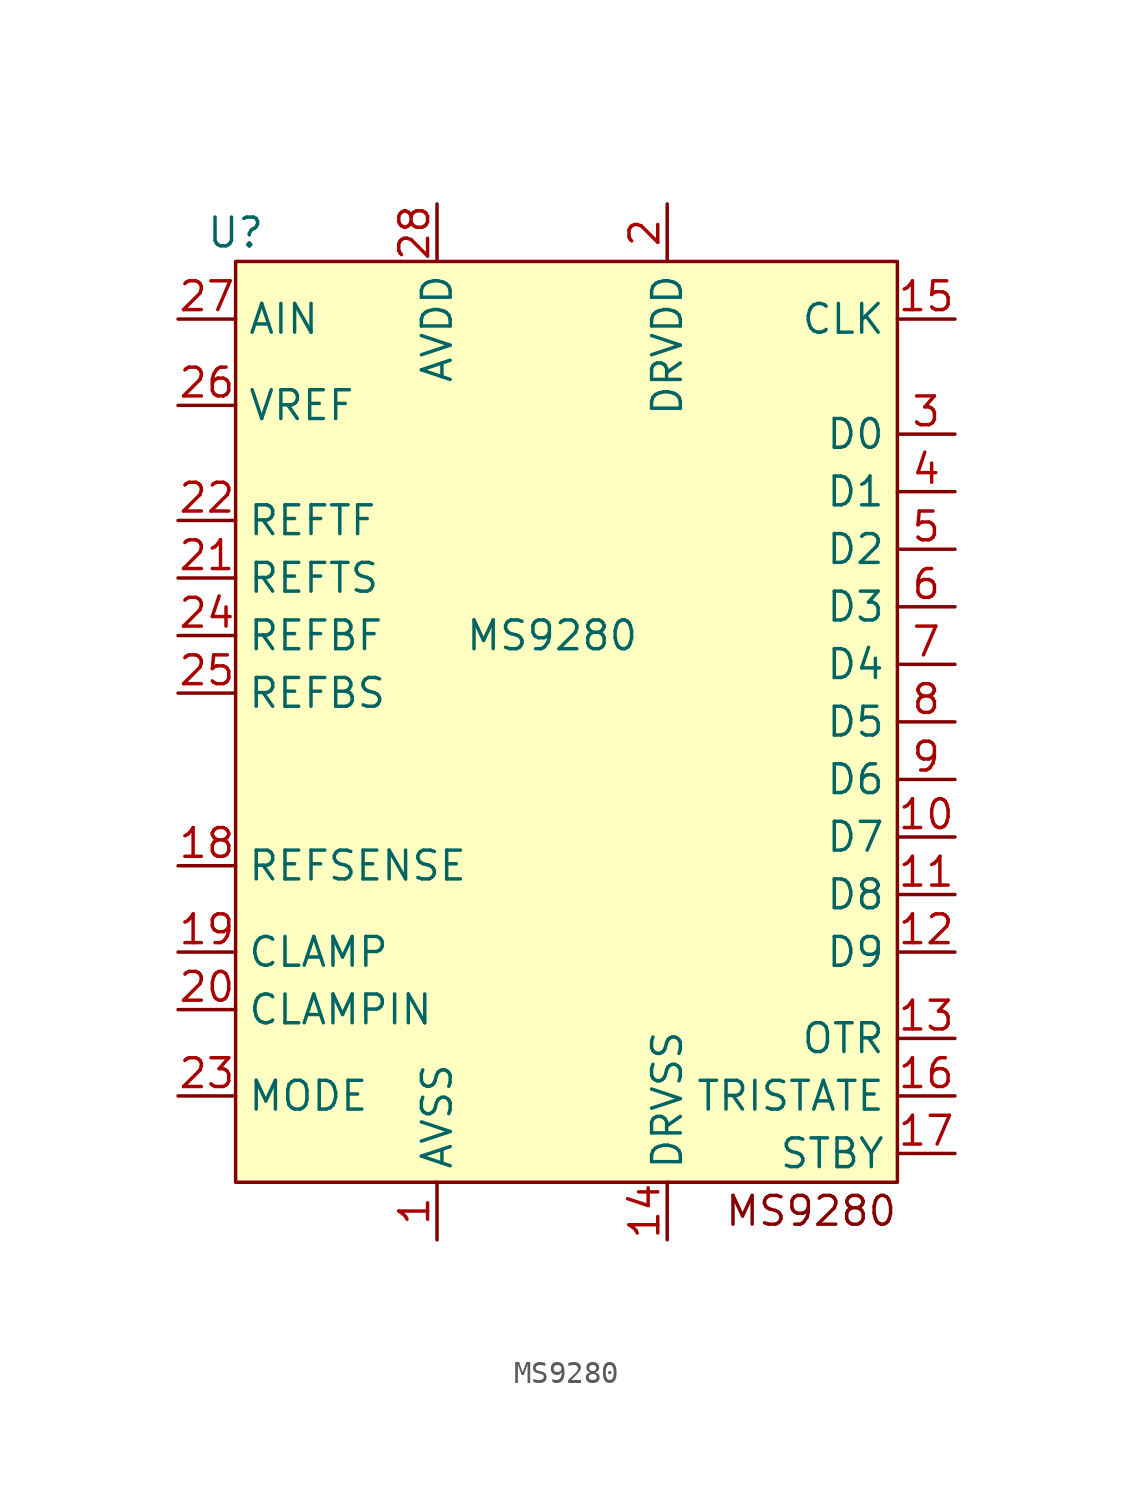
<source format=kicad_sym>
(kicad_symbol_lib
  (version 20220914)
  (generator kicad_symbol_editor)
  (symbol "MS9280"
    (property "Reference" "U"
      (at -13.97 17.78 0)
      (effects (font (size 1.27 1.27))))
    (property "Value" "MS9280"
      (at 0 0 0)
      (effects (font (size 1.27 1.27))))
    (symbol "MS9280_1_1"
      (rectangle (start -13.97 16.51) (end 15.24 -24.13) (stroke (width 0) (type default)) (fill (type background)))
      (text "MS9280\n" (at 11.43 -25.4 0) (effects (font (size 1.27 1.27))))
      (pin input line (at -5.08 -26.67 90) (length 2.54) (name "AVSS" (effects (font (size 1.27 1.27)))) (number "1" (effects (font (size 1.27 1.27)))))
      (pin output line (at 17.78 -8.89 180) (length 2.54) (name "D7" (effects (font (size 1.27 1.27)))) (number "10" (effects (font (size 1.27 1.27)))))
      (pin output line (at 17.78 -11.43 180) (length 2.54) (name "D8" (effects (font (size 1.27 1.27)))) (number "11" (effects (font (size 1.27 1.27)))))
      (pin output line (at 17.78 -13.97 180) (length 2.54) (name "D9" (effects (font (size 1.27 1.27)))) (number "12" (effects (font (size 1.27 1.27)))))
      (pin output line (at 17.78 -17.78 180) (length 2.54) (name "OTR" (effects (font (size 1.27 1.27)))) (number "13" (effects (font (size 1.27 1.27)))))
      (pin output line (at 5.08 -26.67 90) (length 2.54) (name "DRVSS" (effects (font (size 1.27 1.27)))) (number "14" (effects (font (size 1.27 1.27)))))
      (pin input line (at 17.78 13.97 180) (length 2.54) (name "CLK" (effects (font (size 1.27 1.27)))) (number "15" (effects (font (size 1.27 1.27)))))
      (pin input line (at 17.78 -20.32 180) (length 2.54) (name "TRISTATE" (effects (font (size 1.27 1.27)))) (number "16" (effects (font (size 1.27 1.27)))))
      (pin input line (at 17.78 -22.86 180) (length 2.54) (name "STBY" (effects (font (size 1.27 1.27)))) (number "17" (effects (font (size 1.27 1.27)))))
      (pin input line (at -16.51 -10.16 0) (length 2.54) (name "REFSENSE" (effects (font (size 1.27 1.27)))) (number "18" (effects (font (size 1.27 1.27)))))
      (pin input line (at -16.51 -13.97 0) (length 2.54) (name "CLAMP" (effects (font (size 1.27 1.27)))) (number "19" (effects (font (size 1.27 1.27)))))
      (pin input line (at 5.08 19.05 270) (length 2.54) (name "DRVDD" (effects (font (size 1.27 1.27)))) (number "2" (effects (font (size 1.27 1.27)))))
      (pin input line (at -16.51 -16.51 0) (length 2.54) (name "CLAMPIN" (effects (font (size 1.27 1.27)))) (number "20" (effects (font (size 1.27 1.27)))))
      (pin input line (at -16.51 2.54 0) (length 2.54) (name "REFTS" (effects (font (size 1.27 1.27)))) (number "21" (effects (font (size 1.27 1.27)))))
      (pin input line (at -16.51 5.08 0) (length 2.54) (name "REFTF" (effects (font (size 1.27 1.27)))) (number "22" (effects (font (size 1.27 1.27)))))
      (pin input line (at -16.51 -20.32 0) (length 2.54) (name "MODE" (effects (font (size 1.27 1.27)))) (number "23" (effects (font (size 1.27 1.27)))))
      (pin input line (at -16.51 0 0) (length 2.54) (name "REFBF" (effects (font (size 1.27 1.27)))) (number "24" (effects (font (size 1.27 1.27)))))
      (pin input line (at -16.51 -2.54 0) (length 2.54) (name "REFBS" (effects (font (size 1.27 1.27)))) (number "25" (effects (font (size 1.27 1.27)))))
      (pin input line (at -16.51 10.16 0) (length 2.54) (name "VREF" (effects (font (size 1.27 1.27)))) (number "26" (effects (font (size 1.27 1.27)))))
      (pin input line (at -16.51 13.97 0) (length 2.54) (name "AIN" (effects (font (size 1.27 1.27)))) (number "27" (effects (font (size 1.27 1.27)))))
      (pin input line (at -5.08 19.05 270) (length 2.54) (name "AVDD" (effects (font (size 1.27 1.27)))) (number "28" (effects (font (size 1.27 1.27)))))
      (pin output line (at 17.78 8.89 180) (length 2.54) (name "D0" (effects (font (size 1.27 1.27)))) (number "3" (effects (font (size 1.27 1.27)))))
      (pin output line (at 17.78 6.35 180) (length 2.54) (name "D1" (effects (font (size 1.27 1.27)))) (number "4" (effects (font (size 1.27 1.27)))))
      (pin output line (at 17.78 3.81 180) (length 2.54) (name "D2" (effects (font (size 1.27 1.27)))) (number "5" (effects (font (size 1.27 1.27)))))
      (pin output line (at 17.78 1.27 180) (length 2.54) (name "D3" (effects (font (size 1.27 1.27)))) (number "6" (effects (font (size 1.27 1.27)))))
      (pin output line (at 17.78 -1.27 180) (length 2.54) (name "D4" (effects (font (size 1.27 1.27)))) (number "7" (effects (font (size 1.27 1.27)))))
      (pin output line (at 17.78 -3.81 180) (length 2.54) (name "D5" (effects (font (size 1.27 1.27)))) (number "8" (effects (font (size 1.27 1.27)))))
      (pin output line (at 17.78 -6.35 180) (length 2.54) (name "D6" (effects (font (size 1.27 1.27)))) (number "9" (effects (font (size 1.27 1.27))))))))
</source>
